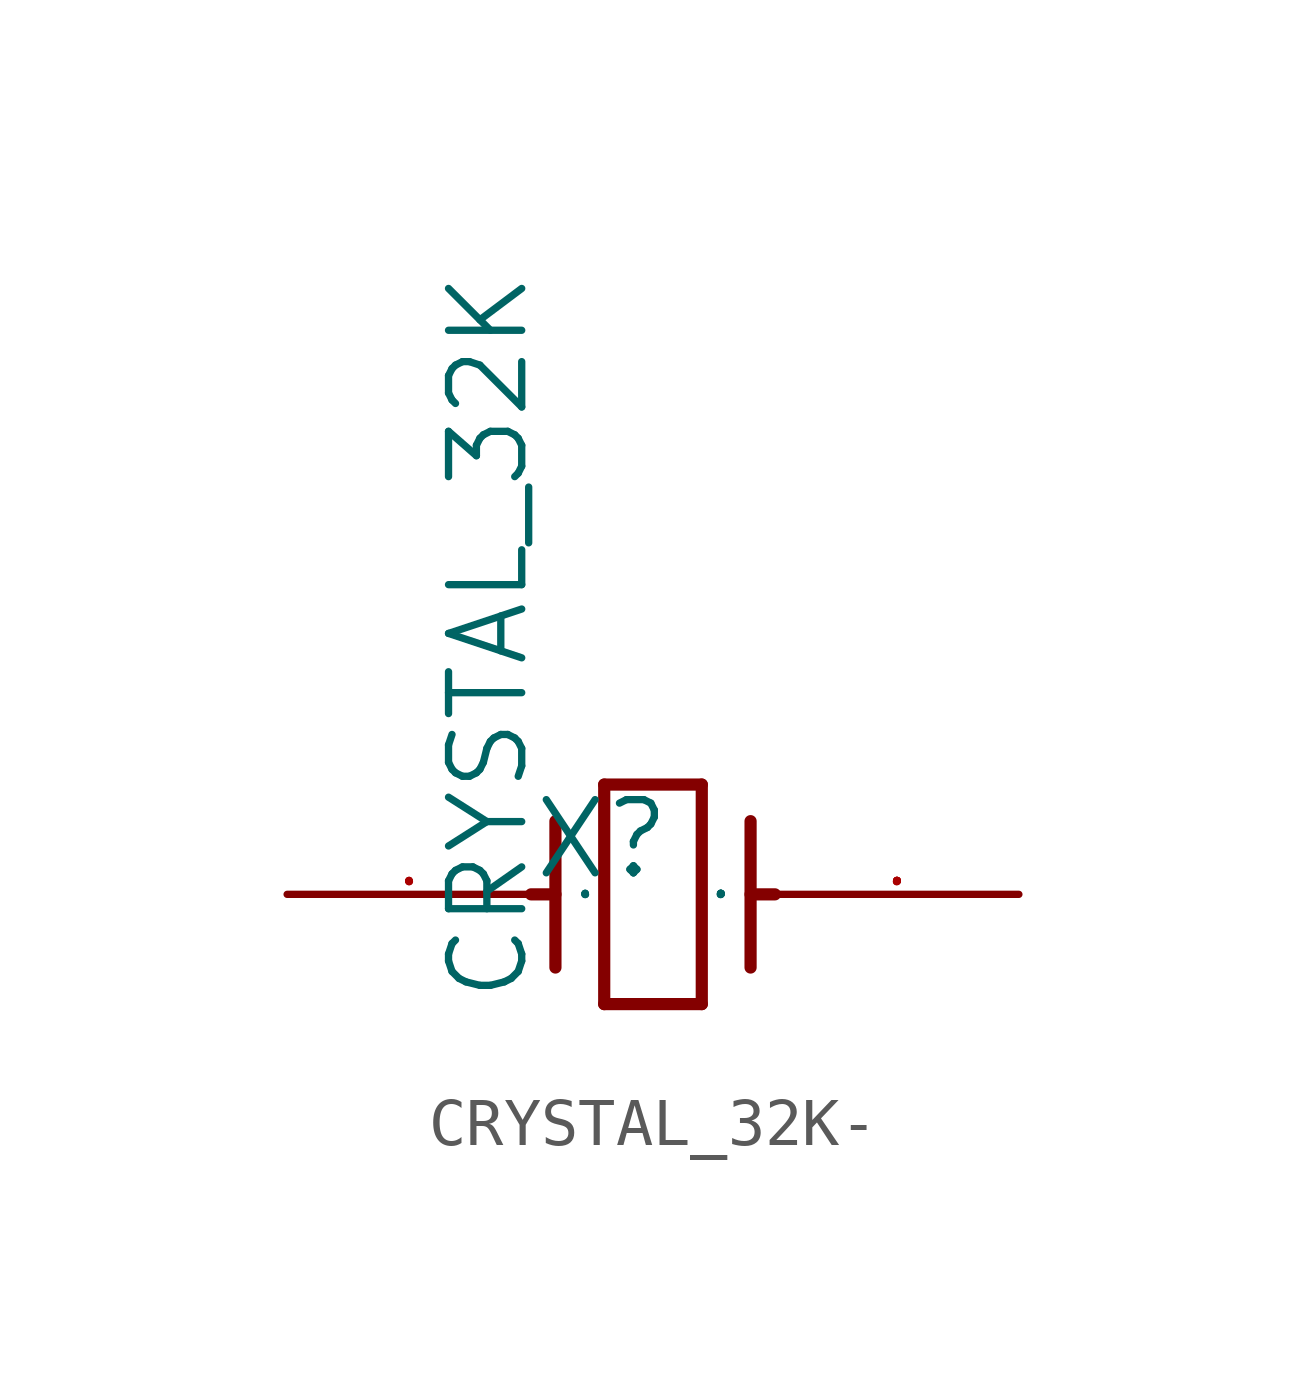
<source format=kicad_sym>
(kicad_symbol_lib
  (version 20220914)
  (generator kicad_symbol_editor)
  (symbol "CRYSTAL_32K-"
    (pin_names
      (offset 1.016))
    (property "Reference" "X"
      (at 0 -2.286 0)
      (effects (font (size 1.524 1.524)) (justify left bottom)))
    (property "Value" "CRYSTAL_32K"
      (at 0 -4.826 90)
      (effects (font (size 1.524 1.524)) (justify left bottom)))
    (property "Footprint" ""
      (at 0 0 0)
      (effects (font (size 1.524 1.524))))
    (property "Datasheet" ""
      (at 0 0 0)
      (effects (font (size 1.524 1.524))))
    (symbol "CRYSTAL_32K-_0_1"
      (polyline (pts (xy 0 -2.54) (xy 0.508 -2.54)) (stroke (width 0.254) (type solid)) (fill (type none)))
      (polyline (pts (xy 0.508 -1.016) (xy 0.508 -4.064)) (stroke (width 0.254) (type solid)) (fill (type none)))
      (polyline (pts (xy 1.524 -4.826) (xy 3.556 -4.826)) (stroke (width 0.254) (type solid)) (fill (type none)))
      (polyline (pts (xy 1.524 -0.254) (xy 1.524 -4.826)) (stroke (width 0.254) (type solid)) (fill (type none)))
      (polyline (pts (xy 1.524 -0.254) (xy 3.556 -0.254)) (stroke (width 0.254) (type solid)) (fill (type none)))
      (polyline (pts (xy 3.556 -0.254) (xy 3.556 -4.826)) (stroke (width 0.254) (type solid)) (fill (type none)))
      (polyline (pts (xy 4.572 -2.54) (xy 5.08 -2.54)) (stroke (width 0.254) (type solid)) (fill (type none)))
      (polyline (pts (xy 4.572 -1.016) (xy 4.572 -4.064)) (stroke (width 0.254) (type solid)) (fill (type none)))
      (pin passive line (at -5.08 -2.54 0) (length 5.08) (name "1" (effects (font (size 0.025 0.025)))) (number "1" (effects (font (size 0.025 0.025)))))
      (pin passive line (at 10.16 -2.54 180) (length 5.08) (name "2" (effects (font (size 0.025 0.025)))) (number "2" (effects (font (size 0.025 0.025))))))))
</source>
